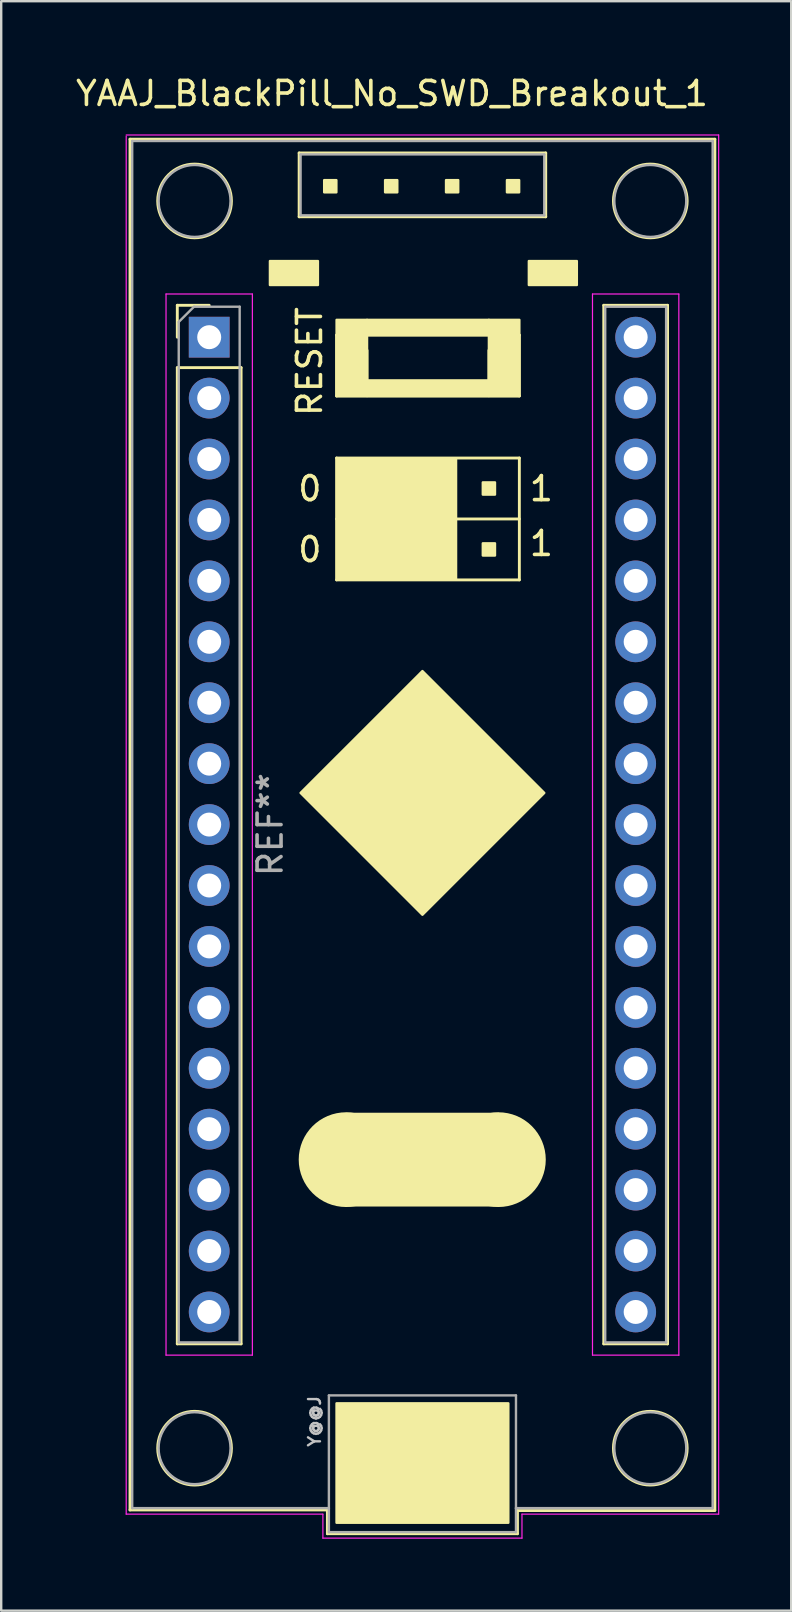
<source format=kicad_pcb>
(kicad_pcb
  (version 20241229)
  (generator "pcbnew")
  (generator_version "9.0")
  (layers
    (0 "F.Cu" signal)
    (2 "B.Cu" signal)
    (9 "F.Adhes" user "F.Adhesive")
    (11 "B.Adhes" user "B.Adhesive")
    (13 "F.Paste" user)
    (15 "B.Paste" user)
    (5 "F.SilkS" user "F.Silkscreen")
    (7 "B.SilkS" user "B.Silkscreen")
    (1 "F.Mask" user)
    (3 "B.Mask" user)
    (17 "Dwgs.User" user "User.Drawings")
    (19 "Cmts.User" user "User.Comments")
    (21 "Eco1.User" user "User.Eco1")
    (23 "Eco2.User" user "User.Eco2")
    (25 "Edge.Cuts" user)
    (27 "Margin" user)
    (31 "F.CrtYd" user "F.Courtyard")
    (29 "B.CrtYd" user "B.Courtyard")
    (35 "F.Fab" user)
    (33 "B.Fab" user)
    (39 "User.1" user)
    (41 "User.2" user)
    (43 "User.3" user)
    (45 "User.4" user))
  (footprint "YAAJ_BlackPill_No_SWD_Breakout_1"
    (layer "F.Cu")
    (at 5.672 11.008)
    (property "Reference" "YAAJ_BlackPill_No_SWD_Breakout_1" (at 7.62 -10.16 0) (layer "F.SilkS") (effects (font (size 1 1) (thickness 0.15))))
    (attr through_hole)
    (fp_line (start -3.302 -8.255) (end 21.082 -8.255) (stroke (width 0.12) (type solid)) (layer "F.SilkS"))
    (fp_line (start -3.302 48.895) (end -3.302 -8.255) (stroke (width 0.12) (type solid)) (layer "F.SilkS"))
    (fp_line (start -3.302 48.895) (end 4.928 48.895) (stroke (width 0.12) (type solid)) (layer "F.SilkS"))
    (fp_line (start -1.33 -1.33) (end -1.33 0) (stroke (width 0.12) (type solid)) (layer "F.SilkS"))
    (fp_line (start -1.33 -1.33) (end 0 -1.33) (stroke (width 0.12) (type solid)) (layer "F.SilkS"))
    (fp_line (start -1.33 1.27) (end -1.33 41.97) (stroke (width 0.12) (type solid)) (layer "F.SilkS"))
    (fp_line (start -1.33 1.27) (end 1.33 1.27) (stroke (width 0.12) (type solid)) (layer "F.SilkS"))
    (fp_line (start 1.33 1.27) (end 1.33 41.97) (stroke (width 0.12) (type solid)) (layer "F.SilkS"))
    (fp_line (start 1.33 41.97) (end -1.33 41.97) (stroke (width 0.12) (type solid)) (layer "F.SilkS"))
    (fp_line (start 3.75 -7.68) (end 3.75 -5.02) (stroke (width 0.12) (type solid)) (layer "F.SilkS"))
    (fp_line (start 3.75 -5.02) (end 14.03 -5.02) (stroke (width 0.12) (type solid)) (layer "F.SilkS"))
    (fp_line (start 4.928 48.895) (end 4.928 49.886) (stroke (width 0.12) (type solid)) (layer "F.SilkS"))
    (fp_line (start 4.928 49.886) (end 12.852 49.886) (stroke (width 0.12) (type solid)) (layer "F.SilkS"))
    (fp_line (start 5.311 -0.088) (end 12.931 -0.088) (stroke (width 0.12) (type solid)) (layer "F.SilkS"))
    (fp_line (start 5.311 2.452) (end 5.311 -0.088) (stroke (width 0.12) (type solid)) (layer "F.SilkS"))
    (fp_line (start 5.311 5.038) (end 5.311 10.118) (stroke (width 0.12) (type solid)) (layer "F.SilkS"))
    (fp_line (start 5.311 7.578) (end 12.931 7.578) (stroke (width 0.12) (type solid)) (layer "F.SilkS"))
    (fp_line (start 5.311 10.118) (end 12.931 10.118) (stroke (width 0.12) (type solid)) (layer "F.SilkS"))
    (fp_line (start 6.581 1.817) (end 6.581 0.547) (stroke (width 0.12) (type solid)) (layer "F.SilkS"))
    (fp_line (start 11.661 0.547) (end 11.661 1.817) (stroke (width 0.12) (type solid)) (layer "F.SilkS"))
    (fp_line (start 11.661 1.817) (end 6.581 1.817) (stroke (width 0.12) (type solid)) (layer "F.SilkS"))
    (fp_line (start 12.852 48.92) (end 21.082 48.92) (stroke (width 0.12) (type solid)) (layer "F.SilkS"))
    (fp_line (start 12.852 49.886) (end 12.852 48.92) (stroke (width 0.12) (type solid)) (layer "F.SilkS"))
    (fp_line (start 12.931 -0.088) (end 12.931 2.452) (stroke (width 0.12) (type solid)) (layer "F.SilkS"))
    (fp_line (start 12.931 2.452) (end 5.311 2.452) (stroke (width 0.12) (type solid)) (layer "F.SilkS"))
    (fp_line (start 12.931 5.038) (end 5.311 5.038) (stroke (width 0.12) (type solid)) (layer "F.SilkS"))
    (fp_line (start 12.931 10.118) (end 12.931 5.038) (stroke (width 0.12) (type solid)) (layer "F.SilkS"))
    (fp_line (start 14.03 -7.68) (end 3.75 -7.68) (stroke (width 0.12) (type solid)) (layer "F.SilkS"))
    (fp_line (start 14.03 -5.02) (end 14.03 -7.68) (stroke (width 0.12) (type solid)) (layer "F.SilkS"))
    (fp_line (start 16.45 -1.33) (end 16.45 41.97) (stroke (width 0.12) (type solid)) (layer "F.SilkS"))
    (fp_line (start 16.45 -1.33) (end 19.11 -1.33) (stroke (width 0.12) (type solid)) (layer "F.SilkS"))
    (fp_line (start 16.45 41.97) (end 19.11 41.97) (stroke (width 0.12) (type solid)) (layer "F.SilkS"))
    (fp_line (start 19.11 -1.33) (end 19.11 41.97) (stroke (width 0.12) (type solid)) (layer "F.SilkS"))
    (fp_line (start 21.082 -8.255) (end 21.082 48.895) (stroke (width 0.12) (type solid)) (layer "F.SilkS"))
    (fp_circle (center -0.61 -5.68) (end 0.927 -5.68) (stroke (width 0.12) (type solid)) (fill no) (layer "F.SilkS"))
    (fp_circle (center -0.61 46.32) (end 0.927 46.32) (stroke (width 0.12) (type solid)) (fill no) (layer "F.SilkS"))
    (fp_circle (center 5.707 34.29) (end 5.707 35.29) (stroke (width 1.95) (type solid)) (fill no) (layer "F.SilkS"))
    (fp_circle (center 12.057 34.29) (end 12.057 35.29) (stroke (width 1.95) (type solid)) (fill no) (layer "F.SilkS"))
    (fp_circle (center 18.39 -5.68) (end 19.927 -5.68) (stroke (width 0.12) (type solid)) (fill no) (layer "F.SilkS"))
    (fp_circle (center 18.39 46.32) (end 19.927 46.32) (stroke (width 0.12) (type solid)) (fill no) (layer "F.SilkS"))
    (fp_poly (pts (xy 4.532 -2.175) (xy 4.532 -3.175) (xy 2.532 -3.175) (xy 2.532 -2.175)) (stroke (width 0.1) (type solid)) (fill yes) (layer "F.SilkS"))
    (fp_poly (pts (xy 4.794 -6.548) (xy 4.794 -6.04) (xy 5.302 -6.04) (xy 5.302 -6.548)) (stroke (width 0.1) (type solid)) (fill yes) (layer "F.SilkS"))
    (fp_poly (pts (xy 5.309 44.45) (xy 5.309 49.428) (xy 12.471 49.428) (xy 12.471 44.45)) (stroke (width 0.1) (type solid)) (fill yes) (layer "F.SilkS"))
    (fp_poly (pts (xy 5.311 2.452) (xy 5.311 -0.723) (xy 6.581 -0.723) (xy 6.581 2.452)) (stroke (width 0.1) (type solid)) (fill yes) (layer "F.SilkS"))
    (fp_poly (pts (xy 5.392 5.092) (xy 10.292 5.092) (xy 10.292 10.092) (xy 5.392 10.092)) (stroke (width 0.1) (type solid)) (fill yes) (layer "F.SilkS"))
    (fp_poly (pts (xy 6.327 6.562) (xy 6.835 6.562) (xy 6.835 6.054) (xy 6.327 6.054)) (stroke (width 0.1) (type solid)) (fill yes) (layer "F.SilkS"))
    (fp_poly (pts (xy 6.327 9.102) (xy 6.327 8.594) (xy 6.835 8.594) (xy 6.835 9.102)) (stroke (width 0.1) (type solid)) (fill yes) (layer "F.SilkS"))
    (fp_poly (pts (xy 6.581 -0.088) (xy 6.581 -0.723) (xy 11.661 -0.723) (xy 11.661 -0.088)) (stroke (width 0.1) (type solid)) (fill yes) (layer "F.SilkS"))
    (fp_poly (pts (xy 6.581 2.452) (xy 6.581 1.817) (xy 11.661 1.817) (xy 11.661 2.452)) (stroke (width 0.1) (type solid)) (fill yes) (layer "F.SilkS"))
    (fp_poly (pts (xy 7.334 -6.548) (xy 7.334 -6.04) (xy 7.842 -6.04) (xy 7.842 -6.548)) (stroke (width 0.1) (type solid)) (fill yes) (layer "F.SilkS"))
    (fp_poly (pts (xy 8.867 6.562) (xy 8.867 6.054) (xy 9.375 6.054) (xy 9.375 6.562)) (stroke (width 0.1) (type solid)) (fill yes) (layer "F.SilkS"))
    (fp_poly (pts (xy 8.867 9.102) (xy 8.867 8.594) (xy 9.375 8.594) (xy 9.375 9.102)) (stroke (width 0.1) (type solid)) (fill yes) (layer "F.SilkS"))
    (fp_poly (pts (xy 8.89 13.92) (xy 3.81 19) (xy 8.89 24.08) (xy 13.97 19)) (stroke (width 0.1) (type solid)) (fill yes) (layer "F.SilkS"))
    (fp_poly (pts (xy 9.874 -6.548) (xy 9.874 -6.04) (xy 10.382 -6.04) (xy 10.382 -6.548)) (stroke (width 0.1) (type solid)) (fill yes) (layer "F.SilkS"))
    (fp_poly (pts (xy 11.407 6.562) (xy 11.407 6.054) (xy 11.915 6.054) (xy 11.915 6.562)) (stroke (width 0.1) (type solid)) (fill yes) (layer "F.SilkS"))
    (fp_poly (pts (xy 11.407 9.102) (xy 11.915 9.102) (xy 11.915 8.594) (xy 11.407 8.594)) (stroke (width 0.1) (type solid)) (fill yes) (layer "F.SilkS"))
    (fp_poly (pts (xy 11.661 2.452) (xy 11.661 -0.723) (xy 12.931 -0.723) (xy 12.931 2.452)) (stroke (width 0.1) (type solid)) (fill yes) (layer "F.SilkS"))
    (fp_poly (pts (xy 12.057 32.385) (xy 5.707 32.385) (xy 5.707 36.195) (xy 12.057 36.195)) (stroke (width 0.1) (type solid)) (fill yes) (layer "F.SilkS"))
    (fp_poly (pts (xy 12.414 -6.548) (xy 12.414 -6.04) (xy 12.922 -6.04) (xy 12.922 -6.548)) (stroke (width 0.1) (type solid)) (fill yes) (layer "F.SilkS"))
    (fp_poly (pts (xy 15.327 -3.175) (xy 13.327 -3.175) (xy 13.327 -2.175) (xy 15.327 -2.175)) (stroke (width 0.1) (type solid)) (fill yes) (layer "F.SilkS"))
    (fp_line (start -3.46 -8.43) (end 21.24 -8.43) (stroke (width 0.05) (type solid)) (layer "F.CrtYd"))
    (fp_line (start -3.46 49.07) (end -3.46 -8.382) (stroke (width 0.05) (type solid)) (layer "F.CrtYd"))
    (fp_line (start -1.8 -1.8) (end 1.8 -1.8) (stroke (width 0.05) (type solid)) (layer "F.CrtYd"))
    (fp_line (start -1.8 42.44) (end -1.8 -1.8) (stroke (width 0.05) (type solid)) (layer "F.CrtYd"))
    (fp_line (start 1.8 -1.8) (end 1.8 42.44) (stroke (width 0.05) (type solid)) (layer "F.CrtYd"))
    (fp_line (start 1.8 42.44) (end -1.8 42.44) (stroke (width 0.05) (type solid)) (layer "F.CrtYd"))
    (fp_line (start 4.74 49.07) (end -3.46 49.07) (stroke (width 0.05) (type solid)) (layer "F.CrtYd"))
    (fp_line (start 4.74 50.07) (end 4.74 49.07) (stroke (width 0.05) (type solid)) (layer "F.CrtYd"))
    (fp_line (start 13.04 49.07) (end 13.04 50.07) (stroke (width 0.05) (type solid)) (layer "F.CrtYd"))
    (fp_line (start 13.04 50.07) (end 4.74 50.07) (stroke (width 0.05) (type solid)) (layer "F.CrtYd"))
    (fp_line (start 15.98 -1.8) (end 19.58 -1.8) (stroke (width 0.05) (type solid)) (layer "F.CrtYd"))
    (fp_line (start 15.98 42.44) (end 15.98 -1.8) (stroke (width 0.05) (type solid)) (layer "F.CrtYd"))
    (fp_line (start 19.58 -1.8) (end 19.58 42.45) (stroke (width 0.05) (type solid)) (layer "F.CrtYd"))
    (fp_line (start 19.58 42.44) (end 15.98 42.44) (stroke (width 0.05) (type solid)) (layer "F.CrtYd"))
    (fp_line (start 21.24 -8.43) (end 21.24 49.07) (stroke (width 0.05) (type solid)) (layer "F.CrtYd"))
    (fp_line (start 21.24 49.07) (end 13.04 49.07) (stroke (width 0.05) (type solid)) (layer "F.CrtYd"))
    (fp_line (start -3.21 -8.18) (end -3.21 48.82) (stroke (width 0.1) (type solid)) (layer "F.Fab"))
    (fp_line (start -3.21 -8.18) (end 20.99 -8.18) (stroke (width 0.1) (type solid)) (layer "F.Fab"))
    (fp_line (start -3.21 48.82) (end 4.99 48.82) (stroke (width 0.1) (type solid)) (layer "F.Fab"))
    (fp_line (start -1.27 41.91) (end -1.27 -0.635) (stroke (width 0.1) (type solid)) (layer "F.Fab"))
    (fp_line (start -1.27 41.91) (end 1.27 41.91) (stroke (width 0.1) (type solid)) (layer "F.Fab"))
    (fp_line (start -0.635 -1.27) (end -1.27 -0.635) (stroke (width 0.1) (type solid)) (layer "F.Fab"))
    (fp_line (start -0.635 -1.27) (end 1.27 -1.27) (stroke (width 0.1) (type solid)) (layer "F.Fab"))
    (fp_line (start 1.27 -1.27) (end 1.27 41.91) (stroke (width 0.1) (type solid)) (layer "F.Fab"))
    (fp_line (start 3.81 -7.62) (end 13.97 -7.62) (stroke (width 0.1) (type solid)) (layer "F.Fab"))
    (fp_line (start 3.81 -5.08) (end 3.81 -7.62) (stroke (width 0.1) (type solid)) (layer "F.Fab"))
    (fp_line (start 4.99 44.12) (end 4.99 48.82) (stroke (width 0.1) (type solid)) (layer "F.Fab"))
    (fp_line (start 4.99 48.82) (end 4.99 49.82) (stroke (width 0.1) (type solid)) (layer "F.Fab"))
    (fp_line (start 4.99 49.82) (end 12.79 49.82) (stroke (width 0.1) (type solid)) (layer "F.Fab"))
    (fp_line (start 12.79 44.12) (end 4.99 44.12) (stroke (width 0.1) (type solid)) (layer "F.Fab"))
    (fp_line (start 12.79 48.82) (end 12.79 44.12) (stroke (width 0.1) (type solid)) (layer "F.Fab"))
    (fp_line (start 12.79 48.82) (end 20.99 48.82) (stroke (width 0.1) (type solid)) (layer "F.Fab"))
    (fp_line (start 12.79 49.82) (end 12.79 48.82) (stroke (width 0.1) (type solid)) (layer "F.Fab"))
    (fp_line (start 13.97 -7.62) (end 13.97 -5.08) (stroke (width 0.1) (type solid)) (layer "F.Fab"))
    (fp_line (start 13.97 -5.08) (end 3.81 -5.08) (stroke (width 0.1) (type solid)) (layer "F.Fab"))
    (fp_line (start 16.51 -1.27) (end 19.05 -1.27) (stroke (width 0.1) (type solid)) (layer "F.Fab"))
    (fp_line (start 16.51 41.91) (end 16.51 -1.27) (stroke (width 0.1) (type solid)) (layer "F.Fab"))
    (fp_line (start 19.05 -1.27) (end 19.05 41.91) (stroke (width 0.1) (type solid)) (layer "F.Fab"))
    (fp_line (start 19.05 41.91) (end 16.51 41.91) (stroke (width 0.1) (type solid)) (layer "F.Fab"))
    (fp_line (start 20.99 48.82) (end 20.99 -8.18) (stroke (width 0.1) (type solid)) (layer "F.Fab"))
    (fp_circle (center -0.61 -5.68) (end 0.89 -5.68) (stroke (width 0.1) (type solid)) (fill no) (layer "F.Fab"))
    (fp_circle (center -0.61 46.32) (end 0.89 46.32) (stroke (width 0.1) (type solid)) (fill no) (layer "F.Fab"))
    (fp_circle (center 18.39 -5.68) (end 19.89 -5.68) (stroke (width 0.1) (type solid)) (fill no) (layer "F.Fab"))
    (fp_circle (center 18.39 46.32) (end 19.89 46.32) (stroke (width 0.1) (type solid)) (fill no) (layer "F.Fab"))
    (fp_text user "0" (at 4.196 8.856 0) (layer "F.SilkS") (effects (font (size 1 1) (thickness 0.15))))
    (fp_text user "1" (at 13.848 8.602 0) (layer "F.SilkS") (effects (font (size 1 1) (thickness 0.15))))
    (fp_text user "RESET" (at 4.183 1.016 270) (layer "F.SilkS") (effects (font (size 1 1) (thickness 0.15))))
    (fp_text user "1" (at 13.848 6.316 0) (layer "F.SilkS") (effects (font (size 1 1) (thickness 0.15))))
    (fp_text user "0" (at 4.196 6.316 0) (layer "F.SilkS") (effects (font (size 1 1) (thickness 0.15))))
    (fp_text user "Y@@J" (at 4.392 45.2 270) (layer "Dwgs.User") (effects (font (size 0.5 0.5) (thickness 0.1))))
    (fp_text user "REF**" (at 2.54 20.32 90) (layer "F.Fab") (effects (font (size 1 1) (thickness 0.15))))
    (pad "1" thru_hole rect (at 0 0) (size 1.7 1.7) (drill 1) (layers "*.Cu" "*.Mask"))
    (pad "2" thru_hole circle (at 0 2.54) (size 1.7 1.7) (drill 1) (layers "*.Cu" "*.Mask"))
    (pad "3" thru_hole circle (at 0 5.08) (size 1.7 1.7) (drill 1) (layers "*.Cu" "*.Mask"))
    (pad "4" thru_hole circle (at 0 7.62) (size 1.7 1.7) (drill 1) (layers "*.Cu" "*.Mask"))
    (pad "5" thru_hole circle (at 0 10.16) (size 1.7 1.7) (drill 1) (layers "*.Cu" "*.Mask"))
    (pad "6" thru_hole circle (at 0 12.7) (size 1.7 1.7) (drill 1) (layers "*.Cu" "*.Mask"))
    (pad "7" thru_hole circle (at 0 15.24) (size 1.7 1.7) (drill 1) (layers "*.Cu" "*.Mask"))
    (pad "8" thru_hole circle (at 0 17.78) (size 1.7 1.7) (drill 1) (layers "*.Cu" "*.Mask"))
    (pad "9" thru_hole circle (at 0 20.32) (size 1.7 1.7) (drill 1) (layers "*.Cu" "*.Mask"))
    (pad "10" thru_hole circle (at 0 22.86) (size 1.7 1.7) (drill 1) (layers "*.Cu" "*.Mask"))
    (pad "11" thru_hole circle (at 0 25.4) (size 1.7 1.7) (drill 1) (layers "*.Cu" "*.Mask"))
    (pad "12" thru_hole circle (at 0 27.94) (size 1.7 1.7) (drill 1) (layers "*.Cu" "*.Mask"))
    (pad "13" thru_hole circle (at 0 30.48) (size 1.7 1.7) (drill 1) (layers "*.Cu" "*.Mask"))
    (pad "14" thru_hole circle (at 0 33.02) (size 1.7 1.7) (drill 1) (layers "*.Cu" "*.Mask"))
    (pad "15" thru_hole circle (at 0 35.56) (size 1.7 1.7) (drill 1) (layers "*.Cu" "*.Mask"))
    (pad "16" thru_hole circle (at 0 38.1) (size 1.7 1.7) (drill 1) (layers "*.Cu" "*.Mask"))
    (pad "17" thru_hole circle (at 0 40.64) (size 1.7 1.7) (drill 1) (layers "*.Cu" "*.Mask"))
    (pad "18" thru_hole circle (at 17.78 40.64) (size 1.7 1.7) (drill 1) (layers "*.Cu" "*.Mask"))
    (pad "19" thru_hole circle (at 17.78 38.1) (size 1.7 1.7) (drill 1) (layers "*.Cu" "*.Mask"))
    (pad "20" thru_hole circle (at 17.78 35.56) (size 1.7 1.7) (drill 1) (layers "*.Cu" "*.Mask"))
    (pad "21" thru_hole circle (at 17.78 33.02) (size 1.7 1.7) (drill 1) (layers "*.Cu" "*.Mask"))
    (pad "22" thru_hole circle (at 17.78 30.48) (size 1.7 1.7) (drill 1) (layers "*.Cu" "*.Mask"))
    (pad "23" thru_hole circle (at 17.78 27.94) (size 1.7 1.7) (drill 1) (layers "*.Cu" "*.Mask"))
    (pad "24" thru_hole circle (at 17.78 25.4) (size 1.7 1.7) (drill 1) (layers "*.Cu" "*.Mask"))
    (pad "25" thru_hole circle (at 17.78 22.86) (size 1.7 1.7) (drill 1) (layers "*.Cu" "*.Mask"))
    (pad "26" thru_hole circle (at 17.78 20.32) (size 1.7 1.7) (drill 1) (layers "*.Cu" "*.Mask"))
    (pad "27" thru_hole circle (at 17.78 17.78) (size 1.7 1.7) (drill 1) (layers "*.Cu" "*.Mask"))
    (pad "28" thru_hole circle (at 17.78 15.24) (size 1.7 1.7) (drill 1) (layers "*.Cu" "*.Mask"))
    (pad "29" thru_hole circle (at 17.78 12.7) (size 1.7 1.7) (drill 1) (layers "*.Cu" "*.Mask"))
    (pad "30" thru_hole circle (at 17.78 10.16) (size 1.7 1.7) (drill 1) (layers "*.Cu" "*.Mask"))
    (pad "31" thru_hole circle (at 17.78 7.62) (size 1.7 1.7) (drill 1) (layers "*.Cu" "*.Mask"))
    (pad "32" thru_hole circle (at 17.78 5.08) (size 1.7 1.7) (drill 1) (layers "*.Cu" "*.Mask"))
    (pad "33" thru_hole circle (at 17.78 2.54) (size 1.7 1.7) (drill 1) (layers "*.Cu" "*.Mask"))
    (pad "34" thru_hole circle (at 17.78 0) (size 1.7 1.7) (drill 1) (layers "*.Cu" "*.Mask")))
  (gr_rect
    (start -3 -3)
    (end 29.937 64.103)
    (stroke (width 0.1) (type default))
    (fill no)
    (layer "Edge.Cuts")))
</source>
